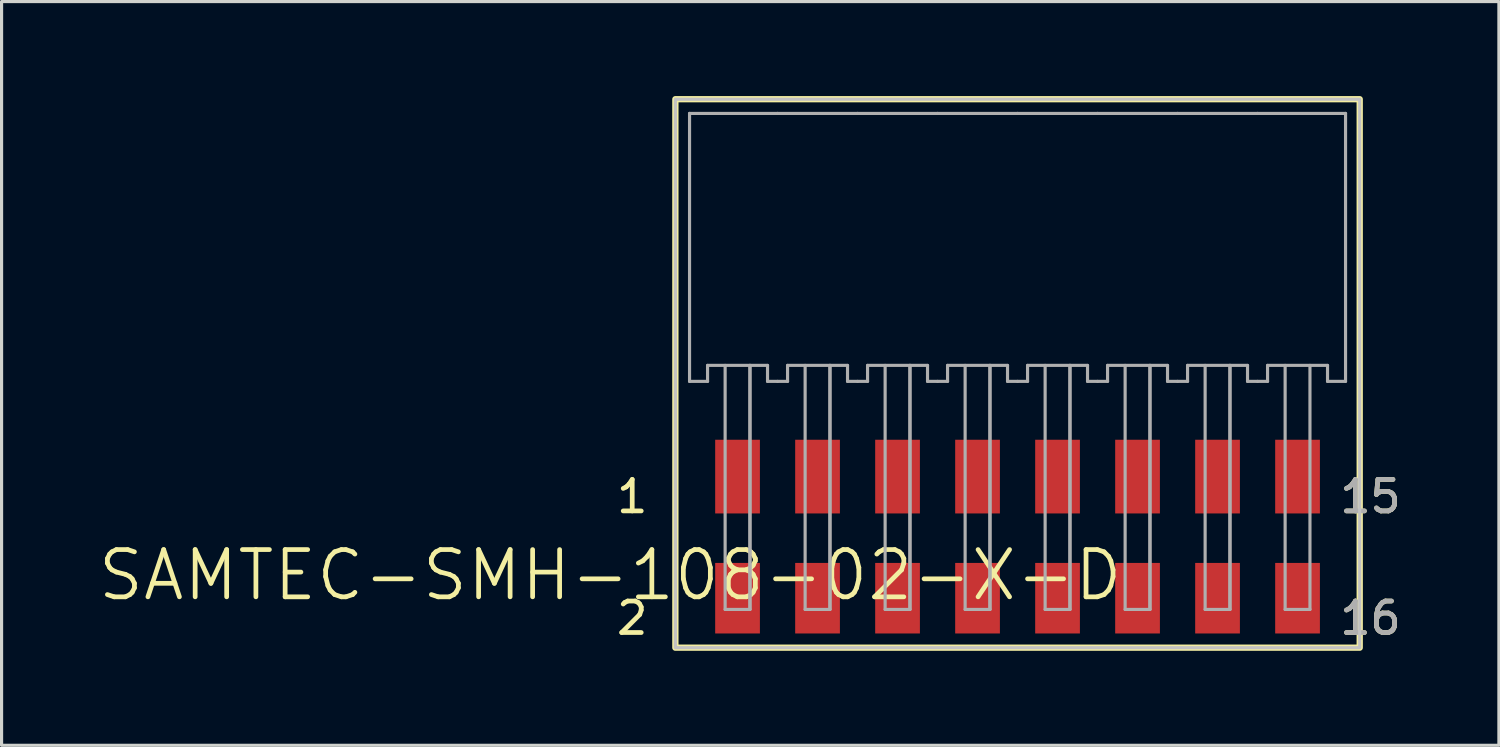
<source format=kicad_pcb>
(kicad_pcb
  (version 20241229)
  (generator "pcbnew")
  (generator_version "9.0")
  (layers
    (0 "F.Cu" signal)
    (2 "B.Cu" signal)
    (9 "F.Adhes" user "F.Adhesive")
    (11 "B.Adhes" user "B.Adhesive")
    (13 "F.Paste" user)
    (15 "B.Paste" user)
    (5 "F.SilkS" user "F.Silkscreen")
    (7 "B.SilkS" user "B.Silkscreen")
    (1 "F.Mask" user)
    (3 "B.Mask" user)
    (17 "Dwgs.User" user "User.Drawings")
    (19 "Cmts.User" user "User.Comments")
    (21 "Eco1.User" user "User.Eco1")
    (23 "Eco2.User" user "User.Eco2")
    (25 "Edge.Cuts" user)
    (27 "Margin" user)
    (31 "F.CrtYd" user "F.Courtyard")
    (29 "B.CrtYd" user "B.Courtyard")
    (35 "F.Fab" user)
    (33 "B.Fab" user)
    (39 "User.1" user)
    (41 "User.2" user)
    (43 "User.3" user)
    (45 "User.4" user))
  (footprint "SAMTEC-SMH-108-02-X-D"
    (layer "F.Cu")
    (at 29.257 4.805)
    (property "Reference" "SAMTEC-SMH-108-02-X-D" (at -12.932 10.408 180) (layer "F.SilkS") (effects (font (size 1.5 1.5) (thickness 0.15))))
    (attr smd)
    (fp_poly (pts (xy -9.651 6.056) (xy -8.129 6.056) (xy -8.129 8.498) (xy -9.651 8.498)) (stroke (width 0.01) (type solid)) (fill yes) (layer "F.Mask"))
    (fp_poly (pts (xy -9.651 9.967) (xy -8.129 9.967) (xy -8.129 12.309) (xy -9.651 12.309)) (stroke (width 0.01) (type solid)) (fill yes) (layer "F.Mask"))
    (fp_poly (pts (xy -7.111 6.056) (xy -5.589 6.056) (xy -5.589 8.498) (xy -7.111 8.498)) (stroke (width 0.01) (type solid)) (fill yes) (layer "F.Mask"))
    (fp_poly (pts (xy -7.111 9.967) (xy -5.589 9.967) (xy -5.589 12.309) (xy -7.111 12.309)) (stroke (width 0.01) (type solid)) (fill yes) (layer "F.Mask"))
    (fp_poly (pts (xy -4.571 6.056) (xy -3.049 6.056) (xy -3.049 8.498) (xy -4.571 8.498)) (stroke (width 0.01) (type solid)) (fill yes) (layer "F.Mask"))
    (fp_poly (pts (xy -4.571 9.967) (xy -3.049 9.967) (xy -3.049 12.309) (xy -4.571 12.309)) (stroke (width 0.01) (type solid)) (fill yes) (layer "F.Mask"))
    (fp_poly (pts (xy -2.031 6.056) (xy -0.509 6.056) (xy -0.509 8.498) (xy -2.031 8.498)) (stroke (width 0.01) (type solid)) (fill yes) (layer "F.Mask"))
    (fp_poly (pts (xy -2.031 9.967) (xy -0.509 9.967) (xy -0.509 12.309) (xy -2.031 12.309)) (stroke (width 0.01) (type solid)) (fill yes) (layer "F.Mask"))
    (fp_poly (pts (xy 0.509 6.056) (xy 2.031 6.056) (xy 2.031 8.498) (xy 0.509 8.498)) (stroke (width 0.01) (type solid)) (fill yes) (layer "F.Mask"))
    (fp_poly (pts (xy 0.509 9.967) (xy 2.031 9.967) (xy 2.031 12.309) (xy 0.509 12.309)) (stroke (width 0.01) (type solid)) (fill yes) (layer "F.Mask"))
    (fp_poly (pts (xy 3.049 6.056) (xy 4.571 6.056) (xy 4.571 8.498) (xy 3.049 8.498)) (stroke (width 0.01) (type solid)) (fill yes) (layer "F.Mask"))
    (fp_poly (pts (xy 3.049 9.967) (xy 4.571 9.967) (xy 4.571 12.309) (xy 3.049 12.309)) (stroke (width 0.01) (type solid)) (fill yes) (layer "F.Mask"))
    (fp_poly (pts (xy 5.589 6.056) (xy 7.111 6.056) (xy 7.111 8.498) (xy 5.589 8.498)) (stroke (width 0.01) (type solid)) (fill yes) (layer "F.Mask"))
    (fp_poly (pts (xy 5.589 9.967) (xy 7.111 9.967) (xy 7.111 12.309) (xy 5.589 12.309)) (stroke (width 0.01) (type solid)) (fill yes) (layer "F.Mask"))
    (fp_poly (pts (xy 8.129 6.056) (xy 9.651 6.056) (xy 9.651 8.498) (xy 8.129 8.498)) (stroke (width 0.01) (type solid)) (fill yes) (layer "F.Mask"))
    (fp_poly (pts (xy 8.129 9.967) (xy 9.651 9.967) (xy 9.651 12.309) (xy 8.129 12.309)) (stroke (width 0.01) (type solid)) (fill yes) (layer "F.Mask"))
    (fp_rect (start -10.864 -4.705) (end 10.864 12.709) (stroke (width 0.2) (type solid)) (fill no) (layer "F.SilkS"))
    (fp_poly (pts (xy -9.6 6.107) (xy -8.18 6.107) (xy -8.18 8.447) (xy -9.6 8.447)) (stroke (width 0.01) (type solid)) (fill yes) (layer "F.Paste"))
    (fp_poly (pts (xy -9.6 10.018) (xy -8.18 10.018) (xy -8.18 12.258) (xy -9.6 12.258)) (stroke (width 0.01) (type solid)) (fill yes) (layer "F.Paste"))
    (fp_poly (pts (xy -7.06 6.107) (xy -5.64 6.107) (xy -5.64 8.447) (xy -7.06 8.447)) (stroke (width 0.01) (type solid)) (fill yes) (layer "F.Paste"))
    (fp_poly (pts (xy -7.06 10.018) (xy -5.64 10.018) (xy -5.64 12.258) (xy -7.06 12.258)) (stroke (width 0.01) (type solid)) (fill yes) (layer "F.Paste"))
    (fp_poly (pts (xy -4.52 6.107) (xy -3.1 6.107) (xy -3.1 8.447) (xy -4.52 8.447)) (stroke (width 0.01) (type solid)) (fill yes) (layer "F.Paste"))
    (fp_poly (pts (xy -4.52 10.018) (xy -3.1 10.018) (xy -3.1 12.258) (xy -4.52 12.258)) (stroke (width 0.01) (type solid)) (fill yes) (layer "F.Paste"))
    (fp_poly (pts (xy -1.98 6.107) (xy -0.56 6.107) (xy -0.56 8.447) (xy -1.98 8.447)) (stroke (width 0.01) (type solid)) (fill yes) (layer "F.Paste"))
    (fp_poly (pts (xy -1.98 10.018) (xy -0.56 10.018) (xy -0.56 12.258) (xy -1.98 12.258)) (stroke (width 0.01) (type solid)) (fill yes) (layer "F.Paste"))
    (fp_poly (pts (xy 0.56 6.107) (xy 1.98 6.107) (xy 1.98 8.447) (xy 0.56 8.447)) (stroke (width 0.01) (type solid)) (fill yes) (layer "F.Paste"))
    (fp_poly (pts (xy 0.56 10.018) (xy 1.98 10.018) (xy 1.98 12.258) (xy 0.56 12.258)) (stroke (width 0.01) (type solid)) (fill yes) (layer "F.Paste"))
    (fp_poly (pts (xy 3.1 6.107) (xy 4.52 6.107) (xy 4.52 8.447) (xy 3.1 8.447)) (stroke (width 0.01) (type solid)) (fill yes) (layer "F.Paste"))
    (fp_poly (pts (xy 3.1 10.018) (xy 4.52 10.018) (xy 4.52 12.258) (xy 3.1 12.258)) (stroke (width 0.01) (type solid)) (fill yes) (layer "F.Paste"))
    (fp_poly (pts (xy 5.64 6.107) (xy 7.06 6.107) (xy 7.06 8.447) (xy 5.64 8.447)) (stroke (width 0.01) (type solid)) (fill yes) (layer "F.Paste"))
    (fp_poly (pts (xy 5.64 10.018) (xy 7.06 10.018) (xy 7.06 12.258) (xy 5.64 12.258)) (stroke (width 0.01) (type solid)) (fill yes) (layer "F.Paste"))
    (fp_poly (pts (xy 8.18 6.107) (xy 9.6 6.107) (xy 9.6 8.447) (xy 8.18 8.447)) (stroke (width 0.01) (type solid)) (fill yes) (layer "F.Paste"))
    (fp_poly (pts (xy 8.18 10.018) (xy 9.6 10.018) (xy 9.6 12.258) (xy 8.18 12.258)) (stroke (width 0.01) (type solid)) (fill yes) (layer "F.Paste"))
    (fp_rect (start -10.864 -4.705) (end 10.864 12.709) (stroke (width 0.1) (type solid)) (fill no) (layer "Dwgs.User"))
    (fp_line (start -10.414 -4.254) (end -10.414 4.254) (stroke (width 0.1) (type solid)) (layer "F.Fab"))
    (fp_line (start -10.414 4.254) (end -9.842 4.254) (stroke (width 0.1) (type solid)) (layer "F.Fab"))
    (fp_line (start -9.842 3.746) (end -7.938 3.746) (stroke (width 0.1) (type solid)) (layer "F.Fab"))
    (fp_line (start -9.842 4.254) (end -9.842 3.746) (stroke (width 0.1) (type solid)) (layer "F.Fab"))
    (fp_line (start -9.284 11.494) (end -9.284 3.746) (stroke (width 0.1) (type solid)) (layer "F.Fab"))
    (fp_line (start -9.284 11.494) (end -8.496 11.494) (stroke (width 0.1) (type solid)) (layer "F.Fab"))
    (fp_line (start -8.496 3.746) (end -8.496 11.494) (stroke (width 0.1) (type solid)) (layer "F.Fab"))
    (fp_line (start -8.496 11.494) (end -8.496 3.746) (stroke (width 0.1) (type solid)) (layer "F.Fab"))
    (fp_line (start -7.938 3.746) (end -7.938 4.254) (stroke (width 0.1) (type solid)) (layer "F.Fab"))
    (fp_line (start -7.62 -4.254) (end -10.414 -4.254) (stroke (width 0.1) (type solid)) (layer "F.Fab"))
    (fp_line (start -7.62 4.254) (end -7.938 4.254) (stroke (width 0.1) (type solid)) (layer "F.Fab"))
    (fp_line (start -7.62 4.254) (end -7.302 4.254) (stroke (width 0.1) (type solid)) (layer "F.Fab"))
    (fp_line (start -7.302 3.746) (end -5.398 3.746) (stroke (width 0.1) (type solid)) (layer "F.Fab"))
    (fp_line (start -7.302 4.254) (end -7.302 3.746) (stroke (width 0.1) (type solid)) (layer "F.Fab"))
    (fp_line (start -6.744 11.494) (end -6.744 3.746) (stroke (width 0.1) (type solid)) (layer "F.Fab"))
    (fp_line (start -6.744 11.494) (end -5.956 11.494) (stroke (width 0.1) (type solid)) (layer "F.Fab"))
    (fp_line (start -5.956 3.746) (end -5.956 11.494) (stroke (width 0.1) (type solid)) (layer "F.Fab"))
    (fp_line (start -5.956 11.494) (end -5.956 3.746) (stroke (width 0.1) (type solid)) (layer "F.Fab"))
    (fp_line (start -5.398 3.746) (end -5.398 4.254) (stroke (width 0.1) (type solid)) (layer "F.Fab"))
    (fp_line (start -5.08 -4.254) (end -7.62 -4.254) (stroke (width 0.1) (type solid)) (layer "F.Fab"))
    (fp_line (start -5.08 4.254) (end -5.398 4.254) (stroke (width 0.1) (type solid)) (layer "F.Fab"))
    (fp_line (start -5.08 4.254) (end -4.762 4.254) (stroke (width 0.1) (type solid)) (layer "F.Fab"))
    (fp_line (start -4.762 3.746) (end -2.858 3.746) (stroke (width 0.1) (type solid)) (layer "F.Fab"))
    (fp_line (start -4.762 4.254) (end -4.762 3.746) (stroke (width 0.1) (type solid)) (layer "F.Fab"))
    (fp_line (start -4.204 11.494) (end -4.204 3.746) (stroke (width 0.1) (type solid)) (layer "F.Fab"))
    (fp_line (start -4.204 11.494) (end -3.416 11.494) (stroke (width 0.1) (type solid)) (layer "F.Fab"))
    (fp_line (start -3.416 3.746) (end -3.416 11.494) (stroke (width 0.1) (type solid)) (layer "F.Fab"))
    (fp_line (start -3.416 11.494) (end -3.416 3.746) (stroke (width 0.1) (type solid)) (layer "F.Fab"))
    (fp_line (start -2.858 3.746) (end -2.858 4.254) (stroke (width 0.1) (type solid)) (layer "F.Fab"))
    (fp_line (start -2.54 -4.254) (end -5.08 -4.254) (stroke (width 0.1) (type solid)) (layer "F.Fab"))
    (fp_line (start -2.54 4.254) (end -2.858 4.254) (stroke (width 0.1) (type solid)) (layer "F.Fab"))
    (fp_line (start -2.54 4.254) (end -2.222 4.254) (stroke (width 0.1) (type solid)) (layer "F.Fab"))
    (fp_line (start -2.222 3.746) (end -0.318 3.746) (stroke (width 0.1) (type solid)) (layer "F.Fab"))
    (fp_line (start -2.222 4.254) (end -2.222 3.746) (stroke (width 0.1) (type solid)) (layer "F.Fab"))
    (fp_line (start -1.664 11.494) (end -1.664 3.746) (stroke (width 0.1) (type solid)) (layer "F.Fab"))
    (fp_line (start -1.664 11.494) (end -0.876 11.494) (stroke (width 0.1) (type solid)) (layer "F.Fab"))
    (fp_line (start -0.876 3.746) (end -0.876 11.494) (stroke (width 0.1) (type solid)) (layer "F.Fab"))
    (fp_line (start -0.876 11.494) (end -0.876 3.746) (stroke (width 0.1) (type solid)) (layer "F.Fab"))
    (fp_line (start -0.318 3.746) (end -0.318 4.254) (stroke (width 0.1) (type solid)) (layer "F.Fab"))
    (fp_line (start 0 -4.254) (end -2.54 -4.254) (stroke (width 0.1) (type solid)) (layer "F.Fab"))
    (fp_line (start 0 4.254) (end -0.318 4.254) (stroke (width 0.1) (type solid)) (layer "F.Fab"))
    (fp_line (start 0 4.254) (end 0.318 4.254) (stroke (width 0.1) (type solid)) (layer "F.Fab"))
    (fp_line (start 0.318 3.746) (end 2.222 3.746) (stroke (width 0.1) (type solid)) (layer "F.Fab"))
    (fp_line (start 0.318 4.254) (end 0.318 3.746) (stroke (width 0.1) (type solid)) (layer "F.Fab"))
    (fp_line (start 0.876 11.494) (end 0.876 3.746) (stroke (width 0.1) (type solid)) (layer "F.Fab"))
    (fp_line (start 0.876 11.494) (end 1.664 11.494) (stroke (width 0.1) (type solid)) (layer "F.Fab"))
    (fp_line (start 1.664 3.746) (end 1.664 11.494) (stroke (width 0.1) (type solid)) (layer "F.Fab"))
    (fp_line (start 1.664 11.494) (end 1.664 3.746) (stroke (width 0.1) (type solid)) (layer "F.Fab"))
    (fp_line (start 2.222 3.746) (end 2.222 4.254) (stroke (width 0.1) (type solid)) (layer "F.Fab"))
    (fp_line (start 2.54 -4.254) (end 0 -4.254) (stroke (width 0.1) (type solid)) (layer "F.Fab"))
    (fp_line (start 2.54 4.254) (end 2.222 4.254) (stroke (width 0.1) (type solid)) (layer "F.Fab"))
    (fp_line (start 2.54 4.254) (end 2.858 4.254) (stroke (width 0.1) (type solid)) (layer "F.Fab"))
    (fp_line (start 2.858 3.746) (end 4.762 3.746) (stroke (width 0.1) (type solid)) (layer "F.Fab"))
    (fp_line (start 2.858 4.254) (end 2.858 3.746) (stroke (width 0.1) (type solid)) (layer "F.Fab"))
    (fp_line (start 3.416 11.494) (end 3.416 3.746) (stroke (width 0.1) (type solid)) (layer "F.Fab"))
    (fp_line (start 3.416 11.494) (end 4.204 11.494) (stroke (width 0.1) (type solid)) (layer "F.Fab"))
    (fp_line (start 4.204 3.746) (end 4.204 11.494) (stroke (width 0.1) (type solid)) (layer "F.Fab"))
    (fp_line (start 4.204 11.494) (end 4.204 3.746) (stroke (width 0.1) (type solid)) (layer "F.Fab"))
    (fp_line (start 4.762 3.746) (end 4.762 4.254) (stroke (width 0.1) (type solid)) (layer "F.Fab"))
    (fp_line (start 5.08 -4.254) (end 2.54 -4.254) (stroke (width 0.1) (type solid)) (layer "F.Fab"))
    (fp_line (start 5.08 4.254) (end 4.762 4.254) (stroke (width 0.1) (type solid)) (layer "F.Fab"))
    (fp_line (start 5.08 4.254) (end 5.398 4.254) (stroke (width 0.1) (type solid)) (layer "F.Fab"))
    (fp_line (start 5.398 3.746) (end 7.302 3.746) (stroke (width 0.1) (type solid)) (layer "F.Fab"))
    (fp_line (start 5.398 4.254) (end 5.398 3.746) (stroke (width 0.1) (type solid)) (layer "F.Fab"))
    (fp_line (start 5.956 11.494) (end 5.956 3.746) (stroke (width 0.1) (type solid)) (layer "F.Fab"))
    (fp_line (start 5.956 11.494) (end 6.744 11.494) (stroke (width 0.1) (type solid)) (layer "F.Fab"))
    (fp_line (start 6.744 3.746) (end 6.744 11.494) (stroke (width 0.1) (type solid)) (layer "F.Fab"))
    (fp_line (start 6.744 11.494) (end 6.744 3.746) (stroke (width 0.1) (type solid)) (layer "F.Fab"))
    (fp_line (start 7.302 3.746) (end 7.302 4.254) (stroke (width 0.1) (type solid)) (layer "F.Fab"))
    (fp_line (start 7.62 -4.254) (end 5.08 -4.254) (stroke (width 0.1) (type solid)) (layer "F.Fab"))
    (fp_line (start 7.62 -4.254) (end 10.414 -4.254) (stroke (width 0.1) (type solid)) (layer "F.Fab"))
    (fp_line (start 7.62 4.254) (end 7.302 4.254) (stroke (width 0.1) (type solid)) (layer "F.Fab"))
    (fp_line (start 7.62 4.254) (end 7.938 4.254) (stroke (width 0.1) (type solid)) (layer "F.Fab"))
    (fp_line (start 7.938 3.746) (end 9.842 3.746) (stroke (width 0.1) (type solid)) (layer "F.Fab"))
    (fp_line (start 7.938 4.254) (end 7.938 3.746) (stroke (width 0.1) (type solid)) (layer "F.Fab"))
    (fp_line (start 8.496 11.494) (end 8.496 3.746) (stroke (width 0.1) (type solid)) (layer "F.Fab"))
    (fp_line (start 8.496 11.494) (end 9.284 11.494) (stroke (width 0.1) (type solid)) (layer "F.Fab"))
    (fp_line (start 9.284 11.494) (end 9.284 3.746) (stroke (width 0.1) (type solid)) (layer "F.Fab"))
    (fp_line (start 9.842 3.746) (end 9.842 4.254) (stroke (width 0.1) (type solid)) (layer "F.Fab"))
    (fp_line (start 9.842 4.254) (end 10.414 4.254) (stroke (width 0.1) (type solid)) (layer "F.Fab"))
    (fp_line (start 10.414 -4.254) (end 10.414 4.254) (stroke (width 0.1) (type solid)) (layer "F.Fab"))
    (fp_text user "16" (at 11.205 11.773 180) (layer "F.SilkS") (effects (font (size 1 1) (thickness 0.15))))
    (fp_text user "1" (at -12.234 7.912 180) (layer "F.SilkS") (effects (font (size 1 1) (thickness 0.15))))
    (fp_text user "2" (at -12.234 11.773 180) (layer "F.SilkS") (effects (font (size 1 1) (thickness 0.15))))
    (fp_text user "15" (at 11.205 7.912 180) (layer "F.SilkS") (effects (font (size 1 1) (thickness 0.15))))
    (fp_text user "15" (at 11.205 7.912 180) (layer "F.Fab") (effects (font (size 1 1) (thickness 0.15))))
    (fp_text user "16" (at 11.205 11.773 180) (layer "F.Fab") (effects (font (size 1 1) (thickness 0.15))))
    (pad "1" smd rect (at -8.89 7.277) (size 1.42 2.34) (layers "F.Cu" "F.Paste"))
    (pad "2" smd rect (at -8.89 11.138) (size 1.42 2.24) (layers "F.Cu" "F.Paste"))
    (pad "3" smd rect (at -6.35 7.277) (size 1.42 2.34) (layers "F.Cu" "F.Paste"))
    (pad "4" smd rect (at -6.35 11.138) (size 1.42 2.24) (layers "F.Cu" "F.Paste"))
    (pad "5" smd rect (at -3.81 7.277) (size 1.42 2.34) (layers "F.Cu" "F.Paste"))
    (pad "6" smd rect (at -3.81 11.138) (size 1.42 2.24) (layers "F.Cu" "F.Paste"))
    (pad "7" smd rect (at -1.27 7.277) (size 1.42 2.34) (layers "F.Cu" "F.Paste"))
    (pad "8" smd rect (at -1.27 11.138) (size 1.42 2.24) (layers "F.Cu" "F.Paste"))
    (pad "9" smd rect (at 1.27 7.277) (size 1.42 2.34) (layers "F.Cu" "F.Paste"))
    (pad "10" smd rect (at 1.27 11.138) (size 1.42 2.24) (layers "F.Cu" "F.Paste"))
    (pad "11" smd rect (at 3.81 7.277) (size 1.42 2.34) (layers "F.Cu" "F.Paste"))
    (pad "12" smd rect (at 3.81 11.138) (size 1.42 2.24) (layers "F.Cu" "F.Paste"))
    (pad "13" smd rect (at 6.35 7.277) (size 1.42 2.34) (layers "F.Cu" "F.Paste"))
    (pad "14" smd rect (at 6.35 11.138) (size 1.42 2.24) (layers "F.Cu" "F.Paste"))
    (pad "15" smd rect (at 8.89 7.277) (size 1.42 2.34) (layers "F.Cu" "F.Paste"))
    (pad "16" smd rect (at 8.89 11.138) (size 1.42 2.24) (layers "F.Cu" "F.Paste")))
  (gr_rect
    (start -3 -3)
    (end 44.54 20.614)
    (stroke (width 0.1) (type default))
    (fill no)
    (layer "Edge.Cuts")))
</source>
